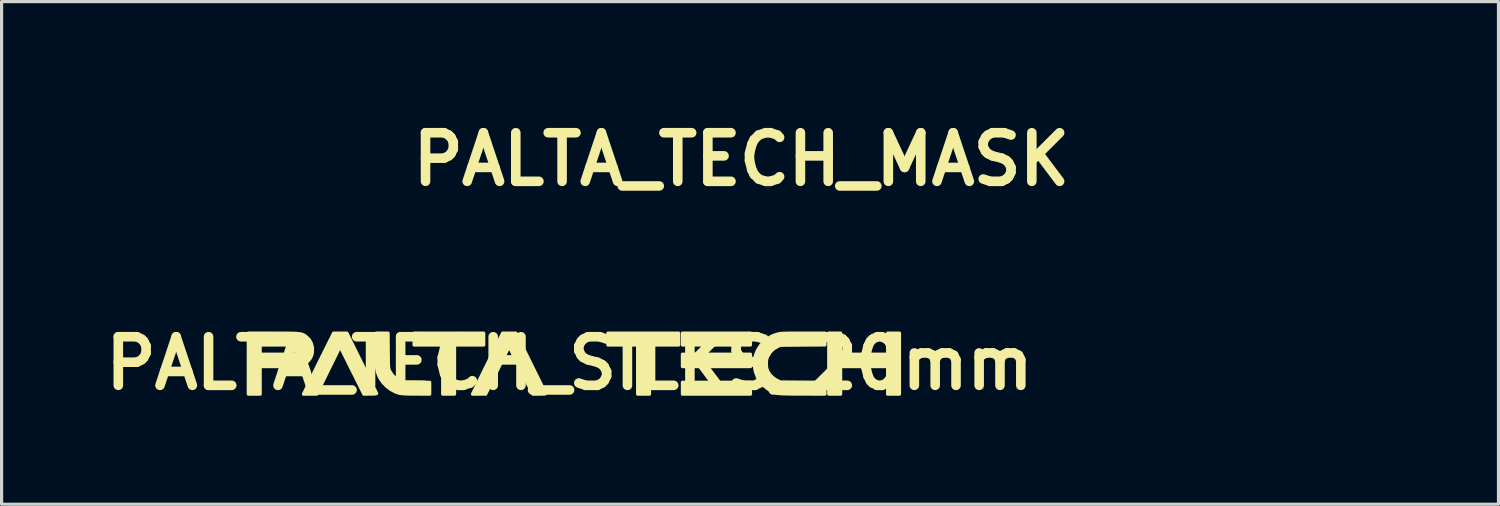
<source format=kicad_pcb>
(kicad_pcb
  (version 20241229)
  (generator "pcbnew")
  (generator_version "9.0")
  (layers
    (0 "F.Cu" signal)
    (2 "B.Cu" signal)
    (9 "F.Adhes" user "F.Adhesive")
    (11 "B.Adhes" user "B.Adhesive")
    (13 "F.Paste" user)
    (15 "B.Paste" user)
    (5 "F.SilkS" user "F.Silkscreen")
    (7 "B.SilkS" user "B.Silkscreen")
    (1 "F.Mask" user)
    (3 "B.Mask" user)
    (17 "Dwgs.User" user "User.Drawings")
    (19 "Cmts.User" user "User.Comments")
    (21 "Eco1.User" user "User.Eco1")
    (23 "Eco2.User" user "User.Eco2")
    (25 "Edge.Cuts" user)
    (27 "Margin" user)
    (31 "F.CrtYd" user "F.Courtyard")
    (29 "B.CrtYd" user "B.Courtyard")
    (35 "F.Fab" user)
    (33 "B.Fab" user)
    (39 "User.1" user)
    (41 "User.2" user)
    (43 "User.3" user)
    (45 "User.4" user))
  (footprint "PALTA_TECH_MASK"
    (layer "F.Cu")
    (at 20.201 1.947)
    (property "Reference" "PALTA_TECH_MASK" (at 0 0 0) (layer "F.SilkS") (effects (font (size 1.524 1.524) (thickness 0.3))))
    (attr through_hole)
    (fp_poly (pts (xy 11.345 -1.151) (xy 9.212 -1.151) (xy 7.078 -1.151) (xy 7.078 -1.524) (xy 7.078 -1.897) (xy 9.212 -1.897) (xy 11.345 -1.897) (xy 11.345 -1.524) (xy 11.345 -1.151)) (stroke (width 0.1) (type solid)) (fill yes) (layer "F.Mask"))
    (fp_poly (pts (xy 11.345 0.203) (xy 9.212 0.203) (xy 7.078 0.203) (xy 7.078 -0.186) (xy 7.078 -0.576) (xy 9.212 -0.576) (xy 11.345 -0.576) (xy 11.345 -0.186) (xy 11.345 0.203)) (stroke (width 0.1) (type solid)) (fill yes) (layer "F.Mask"))
    (fp_poly (pts (xy 11.345 1.93) (xy 9.212 1.93) (xy 7.078 1.93) (xy 7.078 1.558) (xy 7.078 1.185) (xy 9.212 1.185) (xy 11.345 1.185) (xy 11.345 1.558) (xy 11.345 1.93)) (stroke (width 0.1) (type solid)) (fill yes) (layer "F.Mask"))
    (fp_poly (pts (xy -5.385 -1.151) (xy -6.299 -1.151) (xy -7.214 -1.151) (xy -7.214 0.389) (xy -7.214 1.93) (xy -7.586 1.93) (xy -7.959 1.93) (xy -7.959 0.389) (xy -7.959 -1.151) (xy -8.856 -1.151) (xy -9.754 -1.151) (xy -9.754 -1.524) (xy -9.754 -1.897) (xy -7.569 -1.897) (xy -5.385 -1.897) (xy -5.385 -1.524) (xy -5.385 -1.151)) (stroke (width 0.1) (type solid)) (fill yes) (layer "F.Mask"))
    (fp_poly (pts (xy 6.841 -1.151) (xy 5.927 -1.151) (xy 5.012 -1.151) (xy 5.012 0.389) (xy 5.012 1.93) (xy 4.64 1.93) (xy 4.267 1.93) (xy 4.267 0.389) (xy 4.267 -1.151) (xy 3.336 -1.151) (xy 2.405 -1.151) (xy 2.405 -1.524) (xy 2.405 -1.897) (xy 4.623 -1.897) (xy 6.841 -1.897) (xy 6.841 -1.524) (xy 6.841 -1.151)) (stroke (width 0.1) (type solid)) (fill yes) (layer "F.Mask"))
    (fp_poly (pts (xy 20.693 1.93) (xy 20.32 1.93) (xy 19.947 1.93) (xy 19.947 1.067) (xy 19.947 0.203) (xy 18.474 0.203) (xy 17.001 0.203) (xy 17.001 1.067) (xy 17.001 1.93) (xy 16.629 1.93) (xy 16.256 1.93) (xy 16.256 0.017) (xy 16.256 -1.897) (xy 16.629 -1.897) (xy 17.001 -1.897) (xy 17.001 -1.236) (xy 17.001 -0.576) (xy 18.474 -0.576) (xy 19.947 -0.576) (xy 19.947 -1.236) (xy 19.947 -1.897) (xy 20.32 -1.897) (xy 20.693 -1.897) (xy 20.693 0.017) (xy 20.693 1.93)) (stroke (width 0.1) (type solid)) (fill yes) (layer "F.Mask"))
    (fp_poly (pts (xy -12.101 1.886) (xy -12.114 1.904) (xy -12.175 1.916) (xy -12.29 1.924) (xy -12.465 1.928) (xy -12.495 1.928) (xy -12.904 1.931) (xy -13.648 0.439) (xy -14.392 -1.052) (xy -15.126 0.439) (xy -15.861 1.93) (xy -16.276 1.93) (xy -16.691 1.93) (xy -16.225 0.974) (xy -16.077 0.673) (xy -15.91 0.333) (xy -15.733 -0.026) (xy -15.557 -0.382) (xy -15.391 -0.715) (xy -15.279 -0.94) (xy -14.8 -1.897) (xy -14.382 -1.897) (xy -13.964 -1.897) (xy -13.04 -0.025) (xy -12.876 0.307) (xy -12.721 0.622) (xy -12.577 0.913) (xy -12.448 1.177) (xy -12.334 1.407) (xy -12.241 1.598) (xy -12.169 1.745) (xy -12.121 1.842) (xy -12.101 1.885) (xy -12.101 1.886)) (stroke (width 0.1) (type solid)) (fill yes) (layer "F.Mask"))
    (fp_poly (pts (xy -1.499 1.888) (xy -1.508 1.907) (xy -1.557 1.919) (xy -1.653 1.927) (xy -1.806 1.93) (xy -1.894 1.93) (xy -2.304 1.93) (xy -3.048 0.439) (xy -3.792 -1.052) (xy -4.526 0.439) (xy -5.26 1.93) (xy -5.676 1.93) (xy -6.091 1.93) (xy -5.624 0.974) (xy -5.477 0.673) (xy -5.31 0.333) (xy -5.133 -0.026) (xy -4.956 -0.382) (xy -4.791 -0.715) (xy -4.678 -0.94) (xy -4.199 -1.897) (xy -3.782 -1.897) (xy -3.364 -1.897) (xy -2.44 -0.025) (xy -2.276 0.307) (xy -2.121 0.622) (xy -1.977 0.914) (xy -1.847 1.178) (xy -1.734 1.408) (xy -1.64 1.599) (xy -1.568 1.746) (xy -1.52 1.844) (xy -1.5 1.887) (xy -1.499 1.888)) (stroke (width 0.1) (type solid)) (fill yes) (layer "F.Mask"))
    (fp_poly (pts (xy -8.771 1.93) (xy -9.627 1.928) (xy -9.941 1.925) (xy -10.195 1.92) (xy -10.394 1.911) (xy -10.545 1.899) (xy -10.654 1.882) (xy -10.68 1.877) (xy -10.953 1.781) (xy -11.222 1.632) (xy -11.473 1.441) (xy -11.691 1.22) (xy -11.861 0.982) (xy -11.904 0.901) (xy -11.961 0.78) (xy -12.008 0.671) (xy -12.045 0.563) (xy -12.073 0.449) (xy -12.093 0.32) (xy -12.108 0.166) (xy -12.117 -0.021) (xy -12.122 -0.251) (xy -12.124 -0.532) (xy -12.124 -0.82) (xy -12.124 -1.897) (xy -11.754 -1.897) (xy -11.383 -1.897) (xy -11.373 -0.787) (xy -11.37 -0.484) (xy -11.367 -0.24) (xy -11.363 -0.048) (xy -11.358 0.1) (xy -11.352 0.211) (xy -11.343 0.294) (xy -11.332 0.356) (xy -11.317 0.406) (xy -11.298 0.45) (xy -11.283 0.481) (xy -11.124 0.728) (xy -10.918 0.928) (xy -10.709 1.057) (xy -10.483 1.168) (xy -9.627 1.179) (xy -8.771 1.19) (xy -8.771 1.56) (xy -8.771 1.93)) (stroke (width 0.1) (type solid)) (fill yes) (layer "F.Mask"))
    (fp_poly (pts (xy -16.121 -0.85) (xy -16.137 -0.63) (xy -16.189 -0.449) (xy -16.287 -0.282) (xy -16.396 -0.152) (xy -16.477 -0.068) (xy -16.558 0.002) (xy -16.645 0.058) (xy -16.745 0.103) (xy -16.866 0.138) (xy -16.866 0.138) (xy -16.866 -0.894) (xy -16.919 -1.011) (xy -16.97 -1.064) (xy -17.074 -1.151) (xy -18.24 -1.151) (xy -19.406 -1.151) (xy -19.406 -0.864) (xy -19.406 -0.576) (xy -18.219 -0.576) (xy -17.032 -0.576) (xy -16.949 -0.659) (xy -16.876 -0.772) (xy -16.866 -0.894) (xy -16.866 0.138) (xy -17.014 0.164) (xy -17.196 0.182) (xy -17.42 0.193) (xy -17.692 0.2) (xy -18.02 0.203) (xy -18.294 0.203) (xy -19.406 0.203) (xy -19.406 1.067) (xy -19.406 1.93) (xy -19.778 1.93) (xy -20.151 1.93) (xy -20.151 0.017) (xy -20.151 -1.897) (xy -18.582 -1.897) (xy -18.188 -1.896) (xy -17.856 -1.895) (xy -17.579 -1.893) (xy -17.351 -1.888) (xy -17.165 -1.88) (xy -17.016 -1.869) (xy -16.896 -1.853) (xy -16.8 -1.832) (xy -16.722 -1.805) (xy -16.654 -1.772) (xy -16.591 -1.731) (xy -16.526 -1.683) (xy -16.499 -1.661) (xy -16.318 -1.477) (xy -16.195 -1.259) (xy -16.131 -1.009) (xy -16.121 -0.85)) (stroke (width 0.1) (type solid)) (fill yes) (layer "F.Mask"))
    (fp_poly (pts (xy 16.019 1.93) (xy 14.622 1.928) (xy 14.246 1.926) (xy 13.932 1.924) (xy 13.674 1.92) (xy 13.467 1.915) (xy 13.303 1.908) (xy 13.179 1.899) (xy 13.087 1.888) (xy 13.031 1.878) (xy 12.729 1.772) (xy 12.441 1.609) (xy 12.18 1.399) (xy 11.959 1.152) (xy 11.791 0.88) (xy 11.783 0.864) (xy 11.653 0.517) (xy 11.588 0.17) (xy 11.589 -0.172) (xy 11.653 -0.504) (xy 11.781 -0.82) (xy 11.972 -1.116) (xy 12.136 -1.302) (xy 12.364 -1.508) (xy 12.591 -1.661) (xy 12.835 -1.772) (xy 13.024 -1.829) (xy 13.094 -1.846) (xy 13.166 -1.86) (xy 13.247 -1.871) (xy 13.343 -1.88) (xy 13.463 -1.886) (xy 13.614 -1.891) (xy 13.803 -1.894) (xy 14.038 -1.896) (xy 14.326 -1.896) (xy 14.653 -1.897) (xy 16.019 -1.897) (xy 16.019 -1.526) (xy 16.019 -1.156) (xy 14.622 -1.145) (xy 13.225 -1.135) (xy 13.035 -1.045) (xy 12.792 -0.899) (xy 12.6 -0.711) (xy 12.455 -0.48) (xy 12.399 -0.358) (xy 12.366 -0.259) (xy 12.35 -0.154) (xy 12.346 -0.017) (xy 12.346 0.033) (xy 12.352 0.201) (xy 12.37 0.325) (xy 12.403 0.431) (xy 12.426 0.481) (xy 12.581 0.726) (xy 12.785 0.925) (xy 12.997 1.057) (xy 13.223 1.168) (xy 14.621 1.178) (xy 16.019 1.188) (xy 16.019 1.559) (xy 16.019 1.93)) (stroke (width 0.1) (type solid)) (fill yes) (layer "F.Mask")))
  (footprint "PALTA_TECH_SILKS_20mm"
    (layer "F.Cu")
    (at 14.812 8.345)
    (property "Reference" "PALTA_TECH_SILKS_20mm" (at 0 0 0) (layer "F.SilkS") (effects (font (size 1.524 1.524) (thickness 0.3))))
    (attr through_hole)
    (fp_poly (pts (xy 5.673 -0.576) (xy 4.606 -0.576) (xy 3.539 -0.576) (xy 3.539 -0.762) (xy 3.539 -0.948) (xy 4.606 -0.948) (xy 5.673 -0.948) (xy 5.673 -0.762) (xy 5.673 -0.576)) (stroke (width 0.1) (type solid)) (fill yes) (layer "F.SilkS"))
    (fp_poly (pts (xy 5.673 0.102) (xy 4.606 0.102) (xy 3.539 0.102) (xy 3.539 -0.093) (xy 3.539 -0.288) (xy 4.606 -0.288) (xy 5.673 -0.288) (xy 5.673 -0.093) (xy 5.673 0.102)) (stroke (width 0.1) (type solid)) (fill yes) (layer "F.SilkS"))
    (fp_poly (pts (xy 5.673 0.965) (xy 4.606 0.965) (xy 3.539 0.965) (xy 3.539 0.779) (xy 3.539 0.593) (xy 4.606 0.593) (xy 5.673 0.593) (xy 5.673 0.779) (xy 5.673 0.965)) (stroke (width 0.1) (type solid)) (fill yes) (layer "F.SilkS"))
    (fp_poly (pts (xy -2.692 -0.576) (xy -3.15 -0.576) (xy -3.607 -0.576) (xy -3.607 0.195) (xy -3.607 0.965) (xy -3.793 0.965) (xy -3.979 0.965) (xy -3.979 0.195) (xy -3.979 -0.576) (xy -4.428 -0.576) (xy -4.877 -0.576) (xy -4.877 -0.762) (xy -4.877 -0.948) (xy -3.785 -0.948) (xy -2.692 -0.948) (xy -2.692 -0.762) (xy -2.692 -0.576)) (stroke (width 0.1) (type solid)) (fill yes) (layer "F.SilkS"))
    (fp_poly (pts (xy 3.421 -0.576) (xy 2.963 -0.576) (xy 2.506 -0.576) (xy 2.506 0.195) (xy 2.506 0.965) (xy 2.32 0.965) (xy 2.134 0.965) (xy 2.134 0.195) (xy 2.134 -0.576) (xy 1.668 -0.576) (xy 1.202 -0.576) (xy 1.202 -0.762) (xy 1.202 -0.948) (xy 2.311 -0.948) (xy 3.421 -0.948) (xy 3.421 -0.762) (xy 3.421 -0.576)) (stroke (width 0.1) (type solid)) (fill yes) (layer "F.SilkS"))
    (fp_poly (pts (xy 10.346 0.965) (xy 10.16 0.965) (xy 9.974 0.965) (xy 9.974 0.533) (xy 9.974 0.102) (xy 9.237 0.102) (xy 8.501 0.102) (xy 8.501 0.533) (xy 8.501 0.965) (xy 8.314 0.965) (xy 8.128 0.965) (xy 8.128 0.008) (xy 8.128 -0.948) (xy 8.314 -0.948) (xy 8.501 -0.948) (xy 8.501 -0.618) (xy 8.501 -0.288) (xy 9.237 -0.288) (xy 9.974 -0.288) (xy 9.974 -0.618) (xy 9.974 -0.948) (xy 10.16 -0.948) (xy 10.346 -0.948) (xy 10.346 0.008) (xy 10.346 0.965)) (stroke (width 0.1) (type solid)) (fill yes) (layer "F.SilkS"))
    (fp_poly (pts (xy -6.05 0.943) (xy -6.057 0.952) (xy -6.087 0.958) (xy -6.145 0.962) (xy -6.232 0.964) (xy -6.247 0.964) (xy -6.452 0.965) (xy -6.824 0.22) (xy -7.196 -0.526) (xy -7.563 0.219) (xy -7.93 0.965) (xy -8.138 0.965) (xy -8.346 0.965) (xy -8.112 0.487) (xy -8.039 0.337) (xy -7.955 0.166) (xy -7.867 -0.013) (xy -7.778 -0.191) (xy -7.696 -0.357) (xy -7.639 -0.47) (xy -7.4 -0.948) (xy -7.191 -0.948) (xy -6.982 -0.948) (xy -6.52 -0.013) (xy -6.438 0.153) (xy -6.361 0.311) (xy -6.289 0.457) (xy -6.224 0.588) (xy -6.167 0.703) (xy -6.12 0.799) (xy -6.084 0.872) (xy -6.061 0.921) (xy -6.051 0.942) (xy -6.05 0.943)) (stroke (width 0.1) (type solid)) (fill yes) (layer "F.SilkS"))
    (fp_poly (pts (xy -0.75 0.944) (xy -0.754 0.953) (xy -0.778 0.96) (xy -0.827 0.963) (xy -0.903 0.965) (xy -0.947 0.965) (xy -1.152 0.965) (xy -1.524 0.219) (xy -1.896 -0.526) (xy -2.263 0.219) (xy -2.63 0.965) (xy -2.838 0.965) (xy -3.046 0.965) (xy -2.812 0.487) (xy -2.739 0.337) (xy -2.655 0.166) (xy -2.566 -0.013) (xy -2.478 -0.191) (xy -2.395 -0.357) (xy -2.339 -0.47) (xy -2.1 -0.948) (xy -1.891 -0.948) (xy -1.682 -0.948) (xy -1.22 -0.013) (xy -1.138 0.153) (xy -1.06 0.311) (xy -0.988 0.457) (xy -0.923 0.589) (xy -0.867 0.704) (xy -0.82 0.8) (xy -0.784 0.873) (xy -0.76 0.922) (xy -0.75 0.944) (xy -0.75 0.944)) (stroke (width 0.1) (type solid)) (fill yes) (layer "F.SilkS"))
    (fp_poly (pts (xy -4.386 0.965) (xy -4.813 0.964) (xy -4.971 0.963) (xy -5.097 0.96) (xy -5.197 0.955) (xy -5.272 0.949) (xy -5.327 0.941) (xy -5.34 0.938) (xy -5.476 0.89) (xy -5.611 0.816) (xy -5.737 0.72) (xy -5.845 0.61) (xy -5.93 0.491) (xy -5.952 0.451) (xy -5.981 0.39) (xy -6.004 0.335) (xy -6.022 0.282) (xy -6.036 0.225) (xy -6.047 0.16) (xy -6.054 0.083) (xy -6.058 -0.011) (xy -6.061 -0.126) (xy -6.062 -0.266) (xy -6.062 -0.41) (xy -6.062 -0.948) (xy -5.877 -0.948) (xy -5.692 -0.948) (xy -5.686 -0.394) (xy -5.685 -0.242) (xy -5.683 -0.12) (xy -5.682 -0.024) (xy -5.679 0.05) (xy -5.676 0.106) (xy -5.672 0.147) (xy -5.666 0.178) (xy -5.658 0.203) (xy -5.649 0.225) (xy -5.641 0.241) (xy -5.562 0.364) (xy -5.459 0.464) (xy -5.355 0.529) (xy -5.242 0.584) (xy -4.814 0.589) (xy -4.386 0.595) (xy -4.386 0.78) (xy -4.386 0.965)) (stroke (width 0.1) (type solid)) (fill yes) (layer "F.SilkS"))
    (fp_poly (pts (xy -8.061 -0.425) (xy -8.069 -0.315) (xy -8.095 -0.225) (xy -8.143 -0.141) (xy -8.198 -0.076) (xy -8.239 -0.034) (xy -8.279 0.001) (xy -8.322 0.029) (xy -8.373 0.052) (xy -8.433 0.069) (xy -8.433 0.069) (xy -8.433 -0.447) (xy -8.459 -0.505) (xy -8.485 -0.532) (xy -8.537 -0.576) (xy -9.12 -0.576) (xy -9.703 -0.576) (xy -9.703 -0.432) (xy -9.703 -0.288) (xy -9.109 -0.288) (xy -8.516 -0.288) (xy -8.474 -0.329) (xy -8.438 -0.386) (xy -8.433 -0.447) (xy -8.433 0.069) (xy -8.507 0.082) (xy -8.598 0.091) (xy -8.71 0.097) (xy -8.846 0.1) (xy -9.01 0.101) (xy -9.147 0.102) (xy -9.703 0.102) (xy -9.703 0.533) (xy -9.703 0.965) (xy -9.889 0.965) (xy -10.075 0.965) (xy -10.075 0.008) (xy -10.075 -0.948) (xy -9.291 -0.948) (xy -9.094 -0.948) (xy -8.928 -0.948) (xy -8.79 -0.946) (xy -8.676 -0.944) (xy -8.583 -0.94) (xy -8.508 -0.934) (xy -8.448 -0.926) (xy -8.4 -0.916) (xy -8.361 -0.903) (xy -8.327 -0.886) (xy -8.296 -0.866) (xy -8.263 -0.841) (xy -8.249 -0.83) (xy -8.159 -0.739) (xy -8.098 -0.63) (xy -8.065 -0.504) (xy -8.061 -0.425)) (stroke (width 0.1) (type solid)) (fill yes) (layer "F.SilkS"))
    (fp_poly (pts (xy 8.009 0.965) (xy 7.311 0.964) (xy 7.123 0.963) (xy 6.966 0.962) (xy 6.837 0.96) (xy 6.733 0.957) (xy 6.652 0.954) (xy 6.589 0.95) (xy 6.543 0.944) (xy 6.515 0.939) (xy 6.364 0.886) (xy 6.221 0.804) (xy 6.09 0.699) (xy 5.98 0.576) (xy 5.895 0.44) (xy 5.891 0.432) (xy 5.826 0.258) (xy 5.794 0.085) (xy 5.794 -0.086) (xy 5.827 -0.252) (xy 5.891 -0.41) (xy 5.986 -0.558) (xy 6.068 -0.651) (xy 6.182 -0.754) (xy 6.295 -0.831) (xy 6.417 -0.886) (xy 6.512 -0.915) (xy 6.547 -0.923) (xy 6.583 -0.93) (xy 6.623 -0.936) (xy 6.672 -0.94) (xy 6.731 -0.943) (xy 6.807 -0.945) (xy 6.901 -0.947) (xy 7.019 -0.948) (xy 7.163 -0.948) (xy 7.326 -0.948) (xy 8.009 -0.948) (xy 8.009 -0.763) (xy 8.009 -0.578) (xy 7.311 -0.573) (xy 6.612 -0.567) (xy 6.517 -0.523) (xy 6.396 -0.45) (xy 6.3 -0.355) (xy 6.227 -0.24) (xy 6.199 -0.179) (xy 6.183 -0.13) (xy 6.175 -0.077) (xy 6.173 -0.008) (xy 6.173 0.017) (xy 6.176 0.1) (xy 6.185 0.163) (xy 6.202 0.215) (xy 6.213 0.241) (xy 6.29 0.363) (xy 6.393 0.463) (xy 6.499 0.529) (xy 6.612 0.584) (xy 7.311 0.589) (xy 8.009 0.594) (xy 8.009 0.78) (xy 8.009 0.965)) (stroke (width 0.1) (type solid)) (fill yes) (layer "F.SilkS")))
  (gr_rect
    (start -3 -3)
    (end 43.943 12.763)
    (stroke (width 0.1) (type default))
    (fill no)
    (layer "Edge.Cuts")))
</source>
